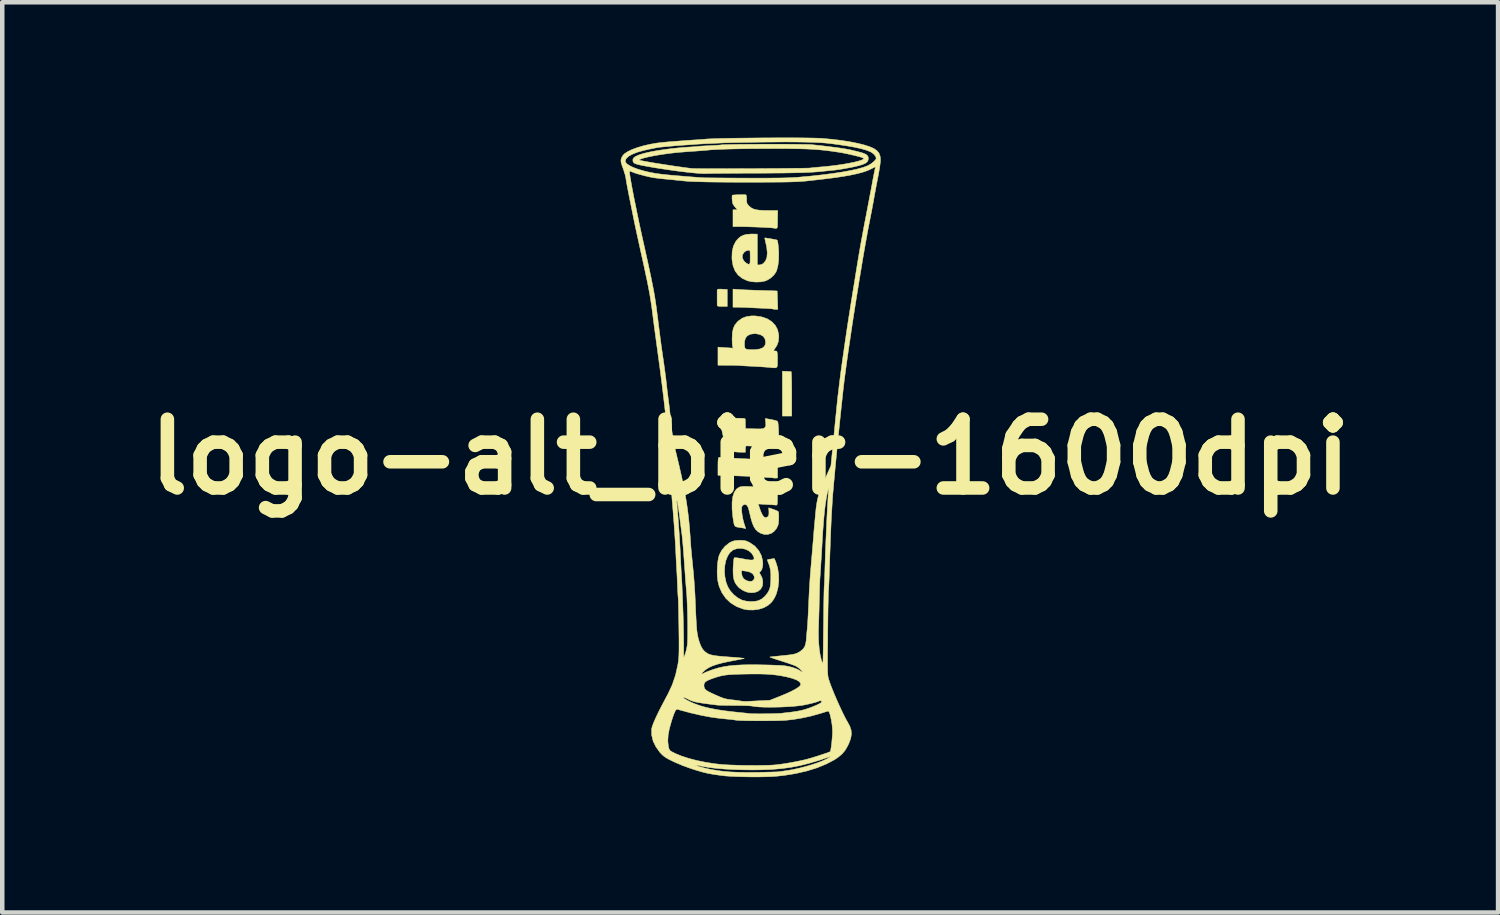
<source format=kicad_pcb>
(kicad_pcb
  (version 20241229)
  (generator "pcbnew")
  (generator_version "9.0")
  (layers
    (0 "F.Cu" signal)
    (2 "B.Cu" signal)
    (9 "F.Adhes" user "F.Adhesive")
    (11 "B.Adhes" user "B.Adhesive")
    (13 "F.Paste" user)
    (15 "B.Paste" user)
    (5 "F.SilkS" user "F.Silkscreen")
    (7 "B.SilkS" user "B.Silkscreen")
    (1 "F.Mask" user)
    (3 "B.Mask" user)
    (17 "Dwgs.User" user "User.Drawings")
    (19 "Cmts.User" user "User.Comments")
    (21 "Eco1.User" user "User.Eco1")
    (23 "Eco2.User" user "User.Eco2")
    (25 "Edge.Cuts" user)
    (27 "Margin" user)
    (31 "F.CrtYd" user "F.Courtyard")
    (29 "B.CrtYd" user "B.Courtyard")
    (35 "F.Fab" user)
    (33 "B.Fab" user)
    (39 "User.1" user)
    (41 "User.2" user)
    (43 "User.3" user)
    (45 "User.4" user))
  (footprint "logo-alt_bier-1600dpi"
    (layer "F.Cu")
    (at 13.578 7.077)
    (property "Reference" "logo-alt_bier-1600dpi" (at 0 0 0) (layer "F.SilkS") (effects (font (size 1.524 1.524) (thickness 0.3))))
    (attr through_hole)
    (fp_poly (pts (xy 0.806 -1.896) (xy 0.857 -1.893) (xy 0.895 -1.891) (xy 0.909 -1.89) (xy 0.912 -1.875) (xy 0.914 -1.831) (xy 0.917 -1.764) (xy 0.919 -1.676) (xy 0.92 -1.572) (xy 0.921 -1.455) (xy 0.921 -1.397) (xy 0.921 -0.905) (xy 0.714 -0.905) (xy 0.714 -1.9) (xy 0.806 -1.896)) (stroke (width 0.01) (type solid)) (fill yes) (layer "F.SilkS"))
    (fp_poly (pts (xy -0.619 -3.717) (xy -0.508 -3.712) (xy -0.508 -3.334) (xy -0.619 -3.334) (xy -0.684 -3.336) (xy -0.72 -3.343) (xy -0.731 -3.354) (xy -0.731 -3.385) (xy -0.732 -3.438) (xy -0.732 -3.502) (xy -0.732 -3.568) (xy -0.732 -3.629) (xy -0.732 -3.676) (xy -0.731 -3.699) (xy -0.725 -3.711) (xy -0.703 -3.718) (xy -0.66 -3.719) (xy -0.619 -3.717)) (stroke (width 0.01) (type solid)) (fill yes) (layer "F.SilkS"))
    (fp_poly (pts (xy -0.234 -3.709) (xy -0.172 -3.705) (xy -0.086 -3.701) (xy 0.016 -3.697) (xy 0.128 -3.693) (xy 0.24 -3.689) (xy 0.254 -3.689) (xy 0.354 -3.686) (xy 0.443 -3.683) (xy 0.516 -3.681) (xy 0.568 -3.679) (xy 0.595 -3.677) (xy 0.598 -3.677) (xy 0.599 -3.661) (xy 0.601 -3.62) (xy 0.603 -3.559) (xy 0.606 -3.484) (xy 0.606 -3.473) (xy 0.613 -3.27) (xy 0.563 -3.27) (xy 0.526 -3.272) (xy 0.506 -3.277) (xy 0.506 -3.278) (xy 0.488 -3.281) (xy 0.445 -3.285) (xy 0.381 -3.289) (xy 0.302 -3.293) (xy 0.261 -3.295) (xy 0.17 -3.299) (xy 0.083 -3.303) (xy 0.009 -3.306) (xy -0.044 -3.309) (xy -0.056 -3.31) (xy -0.113 -3.313) (xy -0.185 -3.315) (xy -0.258 -3.317) (xy -0.381 -3.318) (xy -0.381 -3.719) (xy -0.234 -3.709)) (stroke (width 0.01) (type solid)) (fill yes) (layer "F.SilkS"))
    (fp_poly (pts (xy -0.628 0.013) (xy -0.568 0.017) (xy -0.552 0.018) (xy -0.49 0.023) (xy -0.406 0.028) (xy -0.308 0.033) (xy -0.208 0.038) (xy -0.169 0.04) (xy -0.078 0.044) (xy 0.005 0.048) (xy 0.073 0.052) (xy 0.12 0.055) (xy 0.135 0.057) (xy 0.169 0.059) (xy 0.227 0.061) (xy 0.3 0.063) (xy 0.382 0.065) (xy 0.385 0.065) (xy 0.463 0.067) (xy 0.528 0.071) (xy 0.574 0.076) (xy 0.597 0.082) (xy 0.597 0.083) (xy 0.601 0.104) (xy 0.604 0.15) (xy 0.606 0.213) (xy 0.607 0.283) (xy 0.607 0.468) (xy 0.566 0.47) (xy 0.533 0.47) (xy 0.52 0.467) (xy 0.503 0.465) (xy 0.461 0.461) (xy 0.398 0.457) (xy 0.321 0.453) (xy 0.293 0.452) (xy 0.209 0.448) (xy 0.134 0.443) (xy 0.074 0.439) (xy 0.037 0.436) (xy 0.032 0.436) (xy 0.006 0.433) (xy -0.048 0.43) (xy -0.123 0.427) (xy -0.214 0.424) (xy -0.316 0.42) (xy -0.36 0.419) (xy -0.714 0.408) (xy -0.714 0.213) (xy -0.713 0.12) (xy -0.709 0.055) (xy -0.702 0.019) (xy -0.697 0.013) (xy -0.674 0.011) (xy -0.628 0.013)) (stroke (width 0.01) (type solid)) (fill yes) (layer "F.SilkS"))
    (fp_poly (pts (xy -0.113 -5.812) (xy -0.107 -5.811) (xy -0.092 -5.806) (xy -0.083 -5.786) (xy -0.08 -5.745) (xy -0.079 -5.713) (xy -0.078 -5.657) (xy -0.07 -5.62) (xy -0.051 -5.59) (xy -0.02 -5.557) (xy 0.021 -5.522) (xy 0.069 -5.497) (xy 0.128 -5.479) (xy 0.205 -5.468) (xy 0.304 -5.462) (xy 0.41 -5.461) (xy 0.611 -5.461) (xy 0.608 -5.298) (xy 0.607 -5.226) (xy 0.606 -5.162) (xy 0.605 -5.116) (xy 0.604 -5.1) (xy 0.595 -5.072) (xy 0.566 -5.064) (xy 0.535 -5.067) (xy 0.523 -5.071) (xy 0.505 -5.074) (xy 0.46 -5.078) (xy 0.395 -5.082) (xy 0.313 -5.086) (xy 0.221 -5.091) (xy 0.123 -5.095) (xy 0.025 -5.098) (xy -0.069 -5.101) (xy -0.152 -5.103) (xy -0.218 -5.104) (xy -0.381 -5.104) (xy -0.381 -5.29) (xy -0.381 -5.477) (xy -0.28 -5.477) (xy -0.321 -5.521) (xy -0.354 -5.561) (xy -0.379 -5.6) (xy -0.381 -5.602) (xy -0.391 -5.634) (xy -0.398 -5.682) (xy -0.402 -5.733) (xy -0.401 -5.776) (xy -0.396 -5.8) (xy -0.395 -5.801) (xy -0.378 -5.804) (xy -0.337 -5.807) (xy -0.282 -5.81) (xy -0.221 -5.811) (xy -0.161 -5.812) (xy -0.113 -5.812)) (stroke (width 0.01) (type solid)) (fill yes) (layer "F.SilkS"))
    (fp_poly (pts (xy -0.168 -0.855) (xy -0.126 -0.85) (xy -0.11 -0.84) (xy -0.109 -0.837) (xy -0.108 -0.812) (xy -0.107 -0.765) (xy -0.106 -0.722) (xy -0.103 -0.627) (xy 0.093 -0.622) (xy 0.177 -0.62) (xy 0.235 -0.621) (xy 0.274 -0.625) (xy 0.3 -0.632) (xy 0.318 -0.643) (xy 0.321 -0.646) (xy 0.339 -0.668) (xy 0.347 -0.696) (xy 0.346 -0.741) (xy 0.344 -0.763) (xy 0.335 -0.851) (xy 0.468 -0.828) (xy 0.546 -0.811) (xy 0.594 -0.795) (xy 0.612 -0.779) (xy 0.617 -0.753) (xy 0.622 -0.704) (xy 0.627 -0.639) (xy 0.63 -0.587) (xy 0.633 -0.51) (xy 0.632 -0.456) (xy 0.627 -0.417) (xy 0.617 -0.384) (xy 0.601 -0.349) (xy 0.574 -0.303) (xy 0.545 -0.27) (xy 0.508 -0.247) (xy 0.458 -0.234) (xy 0.391 -0.227) (xy 0.301 -0.227) (xy 0.214 -0.231) (xy 0.127 -0.234) (xy 0.049 -0.238) (xy -0.014 -0.241) (xy -0.055 -0.243) (xy -0.064 -0.244) (xy -0.088 -0.242) (xy -0.1 -0.229) (xy -0.104 -0.195) (xy -0.105 -0.175) (xy -0.106 -0.103) (xy -0.168 -0.103) (xy -0.227 -0.104) (xy -0.29 -0.107) (xy -0.298 -0.108) (xy -0.365 -0.113) (xy -0.365 -0.191) (xy -0.367 -0.24) (xy -0.375 -0.263) (xy -0.392 -0.27) (xy -0.393 -0.27) (xy -0.439 -0.274) (xy -0.489 -0.281) (xy -0.532 -0.29) (xy -0.556 -0.298) (xy -0.557 -0.299) (xy -0.563 -0.317) (xy -0.574 -0.358) (xy -0.588 -0.415) (xy -0.603 -0.478) (xy -0.617 -0.54) (xy -0.628 -0.593) (xy -0.634 -0.63) (xy -0.635 -0.639) (xy -0.62 -0.644) (xy -0.581 -0.645) (xy -0.525 -0.643) (xy -0.5 -0.642) (xy -0.365 -0.632) (xy -0.365 -0.857) (xy -0.238 -0.857) (xy -0.168 -0.855)) (stroke (width 0.01) (type solid)) (fill yes) (layer "F.SilkS"))
    (fp_poly (pts (xy 0.107 -4.939) (xy 0.159 -4.937) (xy 0.159 -4.255) (xy 0.204 -4.255) (xy 0.25 -4.264) (xy 0.29 -4.286) (xy 0.341 -4.345) (xy 0.371 -4.423) (xy 0.379 -4.523) (xy 0.367 -4.645) (xy 0.35 -4.723) (xy 0.337 -4.782) (xy 0.327 -4.827) (xy 0.324 -4.851) (xy 0.324 -4.853) (xy 0.34 -4.853) (xy 0.379 -4.847) (xy 0.431 -4.839) (xy 0.487 -4.829) (xy 0.54 -4.819) (xy 0.58 -4.811) (xy 0.597 -4.805) (xy 0.598 -4.805) (xy 0.607 -4.782) (xy 0.616 -4.733) (xy 0.624 -4.668) (xy 0.63 -4.591) (xy 0.634 -4.512) (xy 0.634 -4.502) (xy 0.631 -4.365) (xy 0.616 -4.243) (xy 0.591 -4.143) (xy 0.571 -4.094) (xy 0.521 -4.025) (xy 0.451 -3.962) (xy 0.371 -3.914) (xy 0.327 -3.897) (xy 0.234 -3.879) (xy 0.129 -3.875) (xy 0.025 -3.884) (xy -0.059 -3.903) (xy -0.175 -3.956) (xy -0.266 -4.029) (xy -0.334 -4.121) (xy -0.379 -4.234) (xy -0.402 -4.369) (xy -0.404 -4.406) (xy -0.404 -4.42) (xy -0.175 -4.42) (xy -0.15 -4.36) (xy -0.121 -4.324) (xy -0.082 -4.292) (xy -0.046 -4.273) (xy -0.033 -4.27) (xy -0.018 -4.272) (xy -0.009 -4.282) (xy -0.003 -4.304) (xy -0.001 -4.346) (xy -0.000012 -4.412) (xy 0 -4.431) (xy -0.001 -4.504) (xy -0.003 -4.55) (xy -0.008 -4.575) (xy -0.016 -4.583) (xy -0.025 -4.582) (xy -0.061 -4.573) (xy -0.073 -4.572) (xy -0.1 -4.561) (xy -0.133 -4.536) (xy -0.136 -4.533) (xy -0.17 -4.479) (xy -0.175 -4.42) (xy -0.404 -4.42) (xy -0.399 -4.551) (xy -0.371 -4.674) (xy -0.318 -4.777) (xy -0.267 -4.837) (xy -0.21 -4.884) (xy -0.146 -4.915) (xy -0.071 -4.933) (xy 0.024 -4.94) (xy 0.107 -4.939)) (stroke (width 0.01) (type solid)) (fill yes) (layer "F.SilkS"))
    (fp_poly (pts (xy 0.118 -3.124) (xy 0.257 -3.103) (xy 0.378 -3.061) (xy 0.477 -2.999) (xy 0.554 -2.919) (xy 0.607 -2.822) (xy 0.632 -2.71) (xy 0.635 -2.659) (xy 0.625 -2.557) (xy 0.594 -2.472) (xy 0.553 -2.409) (xy 0.527 -2.371) (xy 0.524 -2.351) (xy 0.546 -2.346) (xy 0.566 -2.348) (xy 0.584 -2.345) (xy 0.595 -2.328) (xy 0.602 -2.293) (xy 0.606 -2.234) (xy 0.606 -2.149) (xy 0.606 -2.145) (xy 0.606 -2.071) (xy 0.603 -2.02) (xy 0.593 -1.99) (xy 0.569 -1.976) (xy 0.528 -1.973) (xy 0.463 -1.979) (xy 0.405 -1.985) (xy 0.342 -1.99) (xy 0.257 -1.996) (xy 0.16 -2.002) (xy 0.061 -2.007) (xy 0.032 -2.009) (xy -0.055 -2.013) (xy -0.131 -2.017) (xy -0.192 -2.021) (xy -0.229 -2.024) (xy -0.238 -2.025) (xy -0.262 -2.027) (xy -0.311 -2.028) (xy -0.379 -2.03) (xy -0.46 -2.031) (xy -0.488 -2.031) (xy -0.714 -2.032) (xy -0.714 -2.433) (xy -0.546 -2.421) (xy -0.378 -2.41) (xy -0.389 -2.445) (xy -0.394 -2.476) (xy -0.397 -2.521) (xy -0.127 -2.521) (xy -0.125 -2.455) (xy -0.116 -2.414) (xy -0.095 -2.391) (xy -0.056 -2.381) (xy -0.01 -2.378) (xy 0.114 -2.378) (xy 0.21 -2.391) (xy 0.278 -2.418) (xy 0.3 -2.436) (xy 0.329 -2.475) (xy 0.341 -2.524) (xy 0.341 -2.547) (xy 0.328 -2.618) (xy 0.288 -2.673) (xy 0.223 -2.71) (xy 0.137 -2.729) (xy 0.095 -2.731) (xy 0.006 -2.719) (xy -0.061 -2.686) (xy -0.105 -2.631) (xy -0.125 -2.554) (xy -0.127 -2.521) (xy -0.397 -2.521) (xy -0.398 -2.53) (xy -0.4 -2.597) (xy -0.4 -2.634) (xy -0.394 -2.752) (xy -0.374 -2.847) (xy -0.338 -2.926) (xy -0.282 -2.994) (xy -0.257 -3.017) (xy -0.174 -3.075) (xy -0.08 -3.11) (xy 0.032 -3.125) (xy 0.118 -3.124)) (stroke (width 0.01) (type solid)) (fill yes) (layer "F.SilkS"))
    (fp_poly (pts (xy -0.046 0.656) (xy 0.015 0.659) (xy 0.091 0.664) (xy 0.156 0.669) (xy 0.202 0.673) (xy 0.223 0.676) (xy 0.224 0.676) (xy 0.242 0.678) (xy 0.286 0.681) (xy 0.348 0.683) (xy 0.418 0.685) (xy 0.499 0.687) (xy 0.553 0.691) (xy 0.585 0.696) (xy 0.601 0.704) (xy 0.604 0.714) (xy 0.605 0.739) (xy 0.605 0.788) (xy 0.605 0.854) (xy 0.605 0.905) (xy 0.604 0.98) (xy 0.602 1.028) (xy 0.597 1.055) (xy 0.589 1.067) (xy 0.577 1.069) (xy 0.577 1.069) (xy 0.55 1.067) (xy 0.5 1.063) (xy 0.432 1.059) (xy 0.364 1.055) (xy 0.179 1.044) (xy 0.217 1.161) (xy 0.241 1.223) (xy 0.267 1.278) (xy 0.292 1.315) (xy 0.293 1.317) (xy 0.323 1.342) (xy 0.349 1.345) (xy 0.372 1.337) (xy 0.397 1.321) (xy 0.41 1.298) (xy 0.416 1.259) (xy 0.415 1.197) (xy 0.414 1.187) (xy 0.411 1.129) (xy 0.511 1.162) (xy 0.564 1.182) (xy 0.604 1.2) (xy 0.623 1.213) (xy 0.63 1.24) (xy 0.634 1.29) (xy 0.634 1.352) (xy 0.631 1.417) (xy 0.626 1.475) (xy 0.618 1.512) (xy 0.586 1.584) (xy 0.533 1.648) (xy 0.476 1.691) (xy 0.39 1.72) (xy 0.304 1.717) (xy 0.226 1.69) (xy 0.17 1.655) (xy 0.123 1.611) (xy 0.085 1.553) (xy 0.051 1.476) (xy 0.02 1.376) (xy -0.007 1.262) (xy -0.022 1.2) (xy -0.038 1.144) (xy -0.05 1.108) (xy -0.078 1.067) (xy -0.116 1.053) (xy -0.156 1.069) (xy -0.162 1.074) (xy -0.178 1.093) (xy -0.187 1.116) (xy -0.189 1.154) (xy -0.187 1.213) (xy -0.186 1.222) (xy -0.176 1.3) (xy -0.159 1.387) (xy -0.138 1.466) (xy -0.098 1.59) (xy -0.132 1.582) (xy -0.168 1.575) (xy -0.22 1.567) (xy -0.251 1.562) (xy -0.292 1.556) (xy -0.321 1.546) (xy -0.341 1.527) (xy -0.356 1.493) (xy -0.367 1.441) (xy -0.379 1.364) (xy -0.385 1.322) (xy -0.401 1.151) (xy -0.401 1.004) (xy -0.385 0.882) (xy -0.353 0.786) (xy -0.306 0.715) (xy -0.243 0.672) (xy -0.211 0.662) (xy -0.172 0.656) (xy -0.119 0.654) (xy -0.046 0.656)) (stroke (width 0.01) (type solid)) (fill yes) (layer "F.SilkS"))
    (fp_poly (pts (xy -0.162 1.851) (xy -0.113 1.857) (xy -0.069 1.871) (xy -0.017 1.896) (xy -0.003 1.904) (xy 0.105 1.979) (xy 0.189 2.075) (xy 0.248 2.188) (xy 0.278 2.31) (xy 0.281 2.382) (xy 0.272 2.45) (xy 0.253 2.506) (xy 0.226 2.541) (xy 0.224 2.543) (xy 0.207 2.556) (xy 0.206 2.572) (xy 0.222 2.6) (xy 0.232 2.615) (xy 0.267 2.69) (xy 0.281 2.774) (xy 0.273 2.854) (xy 0.27 2.864) (xy 0.233 2.931) (xy 0.176 2.978) (xy 0.104 3.005) (xy 0.022 3.012) (xy -0.065 2.999) (xy -0.151 2.965) (xy -0.233 2.911) (xy -0.256 2.89) (xy -0.306 2.833) (xy -0.342 2.772) (xy -0.365 2.7) (xy -0.377 2.611) (xy -0.378 2.57) (xy -0.191 2.57) (xy -0.183 2.622) (xy -0.166 2.669) (xy -0.13 2.712) (xy -0.079 2.743) (xy -0.022 2.759) (xy 0.032 2.758) (xy 0.07 2.737) (xy 0.093 2.695) (xy 0.09 2.646) (xy 0.063 2.6) (xy 0.018 2.565) (xy -0.025 2.549) (xy -0.082 2.535) (xy -0.109 2.531) (xy -0.191 2.52) (xy -0.191 2.57) (xy -0.378 2.57) (xy -0.379 2.5) (xy -0.377 2.439) (xy -0.372 2.365) (xy -0.366 2.301) (xy -0.36 2.257) (xy -0.354 2.237) (xy -0.334 2.234) (xy -0.289 2.238) (xy -0.227 2.247) (xy -0.182 2.255) (xy -0.079 2.275) (xy -0.004 2.285) (xy 0.047 2.286) (xy 0.076 2.276) (xy 0.087 2.255) (xy 0.082 2.223) (xy 0.077 2.208) (xy 0.034 2.137) (xy -0.03 2.082) (xy -0.11 2.045) (xy -0.198 2.028) (xy -0.288 2.032) (xy -0.373 2.061) (xy -0.381 2.065) (xy -0.447 2.119) (xy -0.499 2.198) (xy -0.538 2.295) (xy -0.561 2.406) (xy -0.569 2.526) (xy -0.561 2.65) (xy -0.536 2.772) (xy -0.498 2.875) (xy -0.443 2.966) (xy -0.366 3.052) (xy -0.277 3.124) (xy -0.184 3.173) (xy -0.183 3.174) (xy -0.091 3.197) (xy 0.013 3.207) (xy 0.114 3.201) (xy 0.177 3.188) (xy 0.253 3.152) (xy 0.326 3.091) (xy 0.387 3.015) (xy 0.408 2.979) (xy 0.428 2.935) (xy 0.441 2.891) (xy 0.45 2.838) (xy 0.455 2.767) (xy 0.457 2.727) (xy 0.458 2.607) (xy 0.45 2.508) (xy 0.43 2.421) (xy 0.402 2.345) (xy 0.387 2.307) (xy 0.382 2.283) (xy 0.382 2.28) (xy 0.401 2.274) (xy 0.439 2.267) (xy 0.462 2.264) (xy 0.535 2.253) (xy 0.568 2.329) (xy 0.609 2.46) (xy 0.631 2.604) (xy 0.634 2.753) (xy 0.617 2.898) (xy 0.582 3.031) (xy 0.548 3.108) (xy 0.508 3.177) (xy 0.467 3.228) (xy 0.414 3.276) (xy 0.393 3.292) (xy 0.303 3.343) (xy 0.194 3.377) (xy 0.073 3.394) (xy -0.05 3.392) (xy -0.154 3.373) (xy -0.302 3.317) (xy -0.432 3.237) (xy -0.54 3.135) (xy -0.626 3.011) (xy -0.688 2.87) (xy -0.718 2.745) (xy -0.729 2.646) (xy -0.732 2.534) (xy -0.727 2.42) (xy -0.716 2.312) (xy -0.698 2.219) (xy -0.684 2.173) (xy -0.631 2.071) (xy -0.556 1.981) (xy -0.468 1.91) (xy -0.439 1.893) (xy -0.388 1.87) (xy -0.339 1.857) (xy -0.279 1.851) (xy -0.23 1.85) (xy -0.162 1.851)) (stroke (width 0.01) (type solid)) (fill yes) (layer "F.SilkS"))
    (fp_poly (pts (xy 0.656 -6.93) (xy 0.805 -6.93) (xy 0.944 -6.929) (xy 1.07 -6.928) (xy 1.18 -6.926) (xy 1.269 -6.925) (xy 1.335 -6.923) (xy 1.373 -6.92) (xy 1.594 -6.896) (xy 1.784 -6.873) (xy 1.946 -6.852) (xy 2.079 -6.832) (xy 2.186 -6.813) (xy 2.238 -6.802) (xy 2.359 -6.773) (xy 2.451 -6.749) (xy 2.519 -6.727) (xy 2.567 -6.705) (xy 2.597 -6.681) (xy 2.613 -6.655) (xy 2.619 -6.623) (xy 2.619 -6.612) (xy 2.613 -6.572) (xy 2.593 -6.539) (xy 2.555 -6.509) (xy 2.497 -6.483) (xy 2.415 -6.457) (xy 2.307 -6.431) (xy 2.228 -6.415) (xy 2.136 -6.398) (xy 2.047 -6.382) (xy 1.968 -6.369) (xy 1.91 -6.361) (xy 1.897 -6.359) (xy 1.836 -6.353) (xy 1.758 -6.345) (xy 1.676 -6.337) (xy 1.651 -6.334) (xy 1.566 -6.325) (xy 1.479 -6.318) (xy 1.386 -6.311) (xy 1.285 -6.306) (xy 1.172 -6.301) (xy 1.045 -6.298) (xy 0.902 -6.295) (xy 0.738 -6.292) (xy 0.551 -6.291) (xy 0.339 -6.289) (xy 0.099 -6.288) (xy 0.057 -6.288) (xy -0.119 -6.288) (xy -0.286 -6.287) (xy -0.442 -6.286) (xy -0.583 -6.285) (xy -0.707 -6.284) (xy -0.81 -6.283) (xy -0.891 -6.282) (xy -0.946 -6.281) (xy -0.973 -6.28) (xy -0.975 -6.28) (xy -1.004 -6.279) (xy -1.056 -6.28) (xy -1.124 -6.284) (xy -1.183 -6.288) (xy -1.284 -6.297) (xy -1.403 -6.31) (xy -1.536 -6.326) (xy -1.678 -6.345) (xy -1.823 -6.365) (xy -1.967 -6.387) (xy -2.105 -6.408) (xy -2.232 -6.43) (xy -2.343 -6.45) (xy -2.433 -6.468) (xy -2.497 -6.483) (xy -2.504 -6.485) (xy -2.556 -6.503) (xy -2.584 -6.523) (xy -2.597 -6.55) (xy -2.598 -6.551) (xy -2.599 -6.581) (xy -2.455 -6.581) (xy -2.435 -6.572) (xy -2.407 -6.565) (xy -2.351 -6.554) (xy -2.273 -6.54) (xy -2.177 -6.523) (xy -2.068 -6.505) (xy -1.95 -6.487) (xy -1.828 -6.468) (xy -1.706 -6.449) (xy -1.588 -6.432) (xy -1.48 -6.417) (xy -1.386 -6.404) (xy -1.31 -6.395) (xy -1.278 -6.392) (xy -1.249 -6.391) (xy -1.192 -6.39) (xy -1.11 -6.389) (xy -1.006 -6.389) (xy -0.882 -6.388) (xy -0.741 -6.388) (xy -0.587 -6.388) (xy -0.423 -6.389) (xy -0.251 -6.389) (xy -0.075 -6.39) (xy 0.103 -6.39) (xy 0.28 -6.391) (xy 0.452 -6.392) (xy 0.617 -6.393) (xy 0.772 -6.394) (xy 0.914 -6.396) (xy 1.04 -6.397) (xy 1.146 -6.398) (xy 1.231 -6.4) (xy 1.29 -6.401) (xy 1.322 -6.402) (xy 1.326 -6.403) (xy 1.364 -6.408) (xy 1.423 -6.414) (xy 1.49 -6.42) (xy 1.5 -6.421) (xy 1.651 -6.434) (xy 1.799 -6.45) (xy 1.941 -6.468) (xy 2.075 -6.488) (xy 2.196 -6.51) (xy 2.302 -6.531) (xy 2.39 -6.553) (xy 2.458 -6.574) (xy 2.501 -6.594) (xy 2.518 -6.611) (xy 2.514 -6.621) (xy 2.491 -6.631) (xy 2.444 -6.647) (xy 2.376 -6.665) (xy 2.296 -6.685) (xy 2.208 -6.705) (xy 2.119 -6.724) (xy 2.035 -6.741) (xy 1.961 -6.753) (xy 1.96 -6.753) (xy 1.833 -6.772) (xy 1.716 -6.787) (xy 1.604 -6.8) (xy 1.495 -6.81) (xy 1.382 -6.818) (xy 1.261 -6.824) (xy 1.129 -6.828) (xy 0.98 -6.831) (xy 0.81 -6.833) (xy 0.615 -6.834) (xy 0.524 -6.834) (xy 0.297 -6.833) (xy 0.08 -6.832) (xy -0.124 -6.83) (xy -0.312 -6.827) (xy -0.482 -6.823) (xy -0.631 -6.818) (xy -0.757 -6.813) (xy -0.855 -6.807) (xy -0.913 -6.802) (xy -0.96 -6.797) (xy -1.019 -6.792) (xy -1.094 -6.786) (xy -1.19 -6.779) (xy -1.311 -6.771) (xy -1.429 -6.762) (xy -1.58 -6.75) (xy -1.734 -6.734) (xy -1.887 -6.714) (xy -2.032 -6.692) (xy -2.165 -6.668) (xy -2.281 -6.644) (xy -2.374 -6.62) (xy -2.421 -6.603) (xy -2.452 -6.59) (xy -2.455 -6.581) (xy -2.599 -6.581) (xy -2.6 -6.592) (xy -2.583 -6.627) (xy -2.543 -6.658) (xy -2.479 -6.688) (xy -2.388 -6.718) (xy -2.31 -6.739) (xy -2.193 -6.765) (xy -2.052 -6.79) (xy -1.894 -6.814) (xy -1.727 -6.835) (xy -1.558 -6.852) (xy -1.395 -6.865) (xy -1.357 -6.867) (xy -1.283 -6.872) (xy -1.221 -6.876) (xy -1.177 -6.88) (xy -1.159 -6.882) (xy -1.159 -6.882) (xy -1.141 -6.885) (xy -1.097 -6.888) (xy -1.033 -6.892) (xy -0.954 -6.896) (xy -0.913 -6.898) (xy -0.826 -6.902) (xy -0.747 -6.907) (xy -0.685 -6.911) (xy -0.644 -6.915) (xy -0.635 -6.917) (xy -0.607 -6.919) (xy -0.551 -6.921) (xy -0.47 -6.923) (xy -0.368 -6.925) (xy -0.248 -6.927) (xy -0.113 -6.928) (xy 0.033 -6.929) (xy 0.186 -6.93) (xy 0.343 -6.93) (xy 0.501 -6.93) (xy 0.656 -6.93)) (stroke (width 0.01) (type solid)) (fill yes) (layer "F.SilkS"))
    (fp_poly (pts (xy 0.968 -7.072) (xy 1.128 -7.071) (xy 1.273 -7.069) (xy 1.398 -7.067) (xy 1.501 -7.064) (xy 1.578 -7.061) (xy 1.587 -7.06) (xy 1.8 -7.041) (xy 2.012 -7.016) (xy 2.214 -6.984) (xy 2.398 -6.947) (xy 2.525 -6.915) (xy 2.648 -6.876) (xy 2.743 -6.834) (xy 2.811 -6.787) (xy 2.856 -6.731) (xy 2.881 -6.664) (xy 2.889 -6.583) (xy 2.889 -6.582) (xy 2.886 -6.539) (xy 2.878 -6.472) (xy 2.865 -6.386) (xy 2.848 -6.289) (xy 2.829 -6.186) (xy 2.826 -6.172) (xy 2.805 -6.063) (xy 2.784 -5.953) (xy 2.765 -5.851) (xy 2.749 -5.763) (xy 2.738 -5.699) (xy 2.738 -5.699) (xy 2.727 -5.638) (xy 2.711 -5.553) (xy 2.692 -5.45) (xy 2.67 -5.339) (xy 2.648 -5.225) (xy 2.641 -5.191) (xy 2.611 -5.037) (xy 2.578 -4.855) (xy 2.541 -4.65) (xy 2.502 -4.424) (xy 2.462 -4.183) (xy 2.42 -3.93) (xy 2.378 -3.668) (xy 2.335 -3.402) (xy 2.293 -3.135) (xy 2.253 -2.872) (xy 2.215 -2.616) (xy 2.179 -2.372) (xy 2.146 -2.142) (xy 2.117 -1.931) (xy 2.092 -1.743) (xy 2.088 -1.714) (xy 2.077 -1.621) (xy 2.063 -1.501) (xy 2.047 -1.357) (xy 2.03 -1.195) (xy 2.011 -1.017) (xy 1.991 -0.829) (xy 1.971 -0.634) (xy 1.951 -0.436) (xy 1.932 -0.241) (xy 1.913 -0.051) (xy 1.896 0.128) (xy 1.88 0.293) (xy 1.874 0.365) (xy 1.864 0.474) (xy 1.854 0.576) (xy 1.846 0.667) (xy 1.84 0.74) (xy 1.835 0.79) (xy 1.834 0.802) (xy 1.83 0.854) (xy 1.825 0.926) (xy 1.82 1.004) (xy 1.818 1.032) (xy 1.813 1.116) (xy 1.808 1.206) (xy 1.803 1.285) (xy 1.802 1.302) (xy 1.799 1.362) (xy 1.795 1.445) (xy 1.791 1.539) (xy 1.787 1.636) (xy 1.786 1.659) (xy 1.782 1.764) (xy 1.778 1.878) (xy 1.774 1.988) (xy 1.77 2.081) (xy 1.77 2.088) (xy 1.767 2.167) (xy 1.764 2.268) (xy 1.76 2.383) (xy 1.756 2.501) (xy 1.753 2.596) (xy 1.75 2.697) (xy 1.746 2.79) (xy 1.742 2.87) (xy 1.739 2.931) (xy 1.736 2.967) (xy 1.736 2.969) (xy 1.734 2.995) (xy 1.733 3.049) (xy 1.731 3.129) (xy 1.729 3.232) (xy 1.726 3.355) (xy 1.724 3.493) (xy 1.722 3.646) (xy 1.721 3.809) (xy 1.719 3.929) (xy 1.718 4.122) (xy 1.716 4.285) (xy 1.715 4.423) (xy 1.715 4.536) (xy 1.715 4.629) (xy 1.716 4.704) (xy 1.717 4.763) (xy 1.72 4.81) (xy 1.723 4.846) (xy 1.727 4.875) (xy 1.732 4.9) (xy 1.738 4.922) (xy 1.743 4.937) (xy 1.773 5.027) (xy 1.815 5.136) (xy 1.864 5.257) (xy 1.919 5.385) (xy 1.976 5.512) (xy 2.032 5.633) (xy 2.085 5.741) (xy 2.131 5.829) (xy 2.155 5.87) (xy 2.208 5.968) (xy 2.238 6.059) (xy 2.244 6.149) (xy 2.228 6.243) (xy 2.189 6.35) (xy 2.158 6.413) (xy 2.103 6.507) (xy 2.036 6.586) (xy 1.95 6.658) (xy 1.87 6.712) (xy 1.69 6.807) (xy 1.485 6.891) (xy 1.258 6.962) (xy 1.011 7.019) (xy 0.751 7.061) (xy 0.572 7.08) (xy 0.463 7.087) (xy 0.33 7.091) (xy 0.18 7.094) (xy 0.022 7.094) (xy -0.136 7.091) (xy -0.289 7.087) (xy -0.427 7.081) (xy -0.542 7.073) (xy -0.564 7.071) (xy -0.662 7.059) (xy -0.768 7.044) (xy -0.869 7.028) (xy -0.935 7.016) (xy -1.063 6.985) (xy -1.209 6.942) (xy -1.363 6.891) (xy -1.515 6.834) (xy -1.521 6.831) (xy -1.217 6.831) (xy -1.207 6.839) (xy -1.172 6.851) (xy -1.118 6.868) (xy -1.052 6.886) (xy -0.981 6.904) (xy -0.909 6.92) (xy -0.865 6.929) (xy -0.731 6.952) (xy -0.594 6.97) (xy -0.448 6.983) (xy -0.289 6.99) (xy -0.11 6.994) (xy 0.093 6.993) (xy 0.143 6.993) (xy 0.262 6.991) (xy 0.373 6.988) (xy 0.471 6.986) (xy 0.551 6.983) (xy 0.609 6.981) (xy 0.641 6.978) (xy 0.643 6.978) (xy 0.682 6.972) (xy 0.74 6.964) (xy 0.807 6.954) (xy 0.818 6.953) (xy 0.945 6.931) (xy 1.082 6.901) (xy 1.223 6.865) (xy 1.361 6.825) (xy 1.49 6.782) (xy 1.604 6.738) (xy 1.697 6.696) (xy 1.747 6.668) (xy 1.773 6.649) (xy 1.777 6.642) (xy 1.77 6.644) (xy 1.531 6.725) (xy 1.31 6.791) (xy 1.1 6.844) (xy 0.894 6.883) (xy 0.683 6.911) (xy 0.461 6.929) (xy 0.221 6.937) (xy 0.04 6.939) (xy -0.18 6.936) (xy -0.389 6.929) (xy -0.585 6.918) (xy -0.762 6.903) (xy -0.917 6.884) (xy -1.045 6.862) (xy -1.066 6.858) (xy -1.129 6.844) (xy -1.18 6.835) (xy -1.211 6.831) (xy -1.217 6.831) (xy -1.521 6.831) (xy -1.655 6.775) (xy -1.738 6.736) (xy -1.819 6.695) (xy -1.878 6.66) (xy -1.925 6.626) (xy -1.966 6.587) (xy -1.999 6.552) (xy -2.088 6.429) (xy -2.15 6.301) (xy -2.151 6.298) (xy -1.825 6.298) (xy -1.814 6.411) (xy -1.807 6.44) (xy -1.797 6.475) (xy -1.784 6.5) (xy -1.761 6.521) (xy -1.723 6.543) (xy -1.661 6.573) (xy -1.661 6.574) (xy -1.525 6.63) (xy -1.365 6.682) (xy -1.187 6.729) (xy -0.998 6.768) (xy -0.804 6.799) (xy -0.649 6.817) (xy -0.552 6.824) (xy -0.432 6.83) (xy -0.298 6.834) (xy -0.154 6.838) (xy -0.006 6.839) (xy 0.139 6.84) (xy 0.275 6.838) (xy 0.397 6.836) (xy 0.499 6.831) (xy 0.568 6.826) (xy 0.718 6.807) (xy 0.884 6.78) (xy 1.053 6.748) (xy 1.21 6.714) (xy 1.239 6.707) (xy 1.294 6.692) (xy 1.365 6.671) (xy 1.444 6.647) (xy 1.527 6.62) (xy 1.606 6.594) (xy 1.677 6.571) (xy 1.732 6.551) (xy 1.767 6.537) (xy 1.776 6.532) (xy 1.783 6.511) (xy 1.791 6.466) (xy 1.8 6.402) (xy 1.809 6.328) (xy 1.816 6.25) (xy 1.822 6.175) (xy 1.825 6.11) (xy 1.825 6.088) (xy 1.822 6.012) (xy 1.814 5.93) (xy 1.801 5.848) (xy 1.786 5.772) (xy 1.77 5.708) (xy 1.753 5.66) (xy 1.736 5.636) (xy 1.729 5.634) (xy 1.706 5.641) (xy 1.659 5.655) (xy 1.596 5.675) (xy 1.533 5.694) (xy 1.35 5.745) (xy 1.151 5.788) (xy 0.953 5.821) (xy 0.778 5.84) (xy 0.717 5.843) (xy 0.633 5.846) (xy 0.533 5.848) (xy 0.42 5.849) (xy 0.301 5.85) (xy 0.179 5.85) (xy 0.06 5.849) (xy -0.05 5.848) (xy -0.148 5.846) (xy -0.228 5.843) (xy -0.285 5.84) (xy -0.31 5.837) (xy -0.355 5.83) (xy -0.413 5.822) (xy -0.437 5.82) (xy -0.486 5.815) (xy -0.557 5.808) (xy -0.637 5.799) (xy -0.691 5.794) (xy -0.878 5.768) (xy -1.09 5.728) (xy -1.321 5.675) (xy -1.568 5.608) (xy -1.62 5.593) (xy -1.638 5.6) (xy -1.66 5.631) (xy -1.686 5.689) (xy -1.717 5.774) (xy -1.744 5.858) (xy -1.791 6.025) (xy -1.818 6.17) (xy -1.825 6.298) (xy -2.151 6.298) (xy -2.183 6.17) (xy -2.185 6.04) (xy -2.184 6.027) (xy -2.17 5.973) (xy -2.141 5.894) (xy -2.096 5.791) (xy -2.036 5.665) (xy -1.962 5.519) (xy -1.875 5.354) (xy -1.86 5.326) (xy -1.492 5.326) (xy -1.479 5.343) (xy -1.442 5.369) (xy -1.388 5.399) (xy -1.323 5.432) (xy -1.253 5.463) (xy -1.206 5.481) (xy -1.101 5.518) (xy -0.988 5.55) (xy -0.863 5.578) (xy -0.724 5.604) (xy -0.564 5.628) (xy -0.381 5.65) (xy -0.214 5.668) (xy -0.14 5.675) (xy -0.075 5.682) (xy -0.028 5.688) (xy -0.008 5.69) (xy 0.029 5.693) (xy 0.092 5.694) (xy 0.173 5.695) (xy 0.266 5.695) (xy 0.365 5.694) (xy 0.463 5.692) (xy 0.553 5.69) (xy 0.628 5.687) (xy 0.683 5.684) (xy 0.699 5.682) (xy 0.773 5.673) (xy 0.853 5.664) (xy 0.897 5.659) (xy 0.964 5.65) (xy 1.043 5.638) (xy 1.11 5.625) (xy 1.181 5.608) (xy 1.26 5.584) (xy 1.341 5.556) (xy 1.419 5.525) (xy 1.489 5.494) (xy 1.544 5.467) (xy 1.578 5.443) (xy 1.587 5.43) (xy 1.575 5.408) (xy 1.546 5.405) (xy 1.527 5.412) (xy 1.489 5.427) (xy 1.429 5.445) (xy 1.354 5.465) (xy 1.272 5.484) (xy 1.192 5.5) (xy 1.151 5.508) (xy 1.054 5.52) (xy 0.94 5.531) (xy 0.812 5.539) (xy 0.678 5.545) (xy 0.542 5.548) (xy 0.412 5.549) (xy 0.291 5.547) (xy 0.187 5.542) (xy 0.104 5.534) (xy 0.062 5.527) (xy 0.023 5.521) (xy -0.04 5.517) (xy -0.124 5.513) (xy -0.221 5.511) (xy -0.324 5.51) (xy -0.343 5.51) (xy -0.447 5.509) (xy -0.544 5.508) (xy -0.628 5.507) (xy -0.693 5.504) (xy -0.734 5.502) (xy -0.738 5.501) (xy -0.874 5.484) (xy -0.982 5.47) (xy -1.066 5.458) (xy -1.131 5.448) (xy -1.181 5.439) (xy -1.219 5.431) (xy -1.25 5.422) (xy -1.262 5.419) (xy -1.31 5.402) (xy -1.346 5.387) (xy -1.357 5.381) (xy -1.381 5.368) (xy -1.416 5.351) (xy -1.454 5.336) (xy -1.483 5.327) (xy -1.492 5.326) (xy -1.86 5.326) (xy -1.826 5.263) (xy -1.733 5.065) (xy -1.025 5.065) (xy -1.021 5.1) (xy -1.012 5.128) (xy -0.997 5.152) (xy -0.969 5.176) (xy -0.925 5.203) (xy -0.86 5.235) (xy -0.771 5.276) (xy -0.76 5.281) (xy -0.673 5.319) (xy -0.606 5.345) (xy -0.548 5.362) (xy -0.491 5.374) (xy -0.425 5.382) (xy -0.413 5.384) (xy -0.34 5.392) (xy -0.272 5.401) (xy -0.221 5.409) (xy -0.206 5.412) (xy -0.156 5.419) (xy -0.094 5.421) (xy -0.071 5.42) (xy -0.025 5.418) (xy 0.044 5.414) (xy 0.127 5.41) (xy 0.214 5.405) (xy 0.222 5.405) (xy 0.437 5.395) (xy 0.681 5.298) (xy 0.808 5.245) (xy 0.917 5.194) (xy 1.006 5.147) (xy 1.071 5.105) (xy 1.109 5.07) (xy 1.117 5.057) (xy 1.117 5.017) (xy 1.085 4.978) (xy 1.023 4.942) (xy 0.93 4.908) (xy 0.808 4.876) (xy 0.796 4.874) (xy 0.686 4.852) (xy 0.577 4.836) (xy 0.466 4.824) (xy 0.345 4.816) (xy 0.208 4.812) (xy 0.051 4.812) (xy -0.097 4.814) (xy -0.24 4.817) (xy -0.357 4.821) (xy -0.454 4.827) (xy -0.535 4.835) (xy -0.606 4.846) (xy -0.673 4.861) (xy -0.742 4.881) (xy -0.817 4.906) (xy -0.864 4.923) (xy -0.942 4.955) (xy -0.992 4.986) (xy -1.018 5.021) (xy -1.025 5.065) (xy -1.733 5.065) (xy -1.728 5.055) (xy -1.653 4.832) (xy -1.601 4.596) (xy -1.594 4.548) (xy -1.588 4.502) (xy -1.583 4.453) (xy -1.58 4.398) (xy -1.578 4.332) (xy -1.577 4.252) (xy -1.577 4.154) (xy -1.577 4.034) (xy -1.579 3.889) (xy -1.58 3.802) (xy -1.582 3.663) (xy -1.585 3.532) (xy -1.587 3.414) (xy -1.589 3.312) (xy -1.591 3.229) (xy -1.593 3.17) (xy -1.595 3.138) (xy -1.595 3.135) (xy -1.598 3.102) (xy -1.602 3.045) (xy -1.606 2.97) (xy -1.61 2.886) (xy -1.611 2.857) (xy -1.615 2.765) (xy -1.619 2.673) (xy -1.623 2.593) (xy -1.627 2.533) (xy -1.627 2.524) (xy -1.631 2.465) (xy -1.635 2.386) (xy -1.64 2.298) (xy -1.643 2.23) (xy -1.649 2.11) (xy -1.654 1.996) (xy -1.661 1.884) (xy -1.668 1.771) (xy -1.676 1.651) (xy -1.685 1.52) (xy -1.696 1.375) (xy -1.709 1.21) (xy -1.724 1.021) (xy -1.729 0.969) (xy -1.631 0.969) (xy -1.628 1) (xy -1.623 1.045) (xy -1.617 1.108) (xy -1.612 1.167) (xy -1.594 1.41) (xy -1.578 1.623) (xy -1.566 1.807) (xy -1.557 1.962) (xy -1.55 2.091) (xy -1.549 2.119) (xy -1.543 2.241) (xy -1.538 2.357) (xy -1.532 2.475) (xy -1.524 2.607) (xy -1.516 2.746) (xy -1.514 2.788) (xy -1.511 2.835) (xy -1.509 2.893) (xy -1.506 2.963) (xy -1.502 3.05) (xy -1.498 3.157) (xy -1.494 3.287) (xy -1.488 3.443) (xy -1.484 3.564) (xy -1.481 3.66) (xy -1.479 3.777) (xy -1.476 3.904) (xy -1.475 4.031) (xy -1.474 4.128) (xy -1.473 4.453) (xy -1.443 4.376) (xy -1.425 4.32) (xy -1.407 4.248) (xy -1.395 4.177) (xy -1.39 4.125) (xy -1.387 4.047) (xy -1.385 3.946) (xy -1.385 3.83) (xy -1.385 3.702) (xy -1.387 3.568) (xy -1.39 3.434) (xy -1.394 3.303) (xy -1.399 3.182) (xy -1.404 3.075) (xy -1.411 2.988) (xy -1.411 2.985) (xy -1.419 2.895) (xy -1.427 2.799) (xy -1.434 2.713) (xy -1.436 2.683) (xy -1.45 2.482) (xy -1.462 2.311) (xy -1.473 2.166) (xy -1.482 2.045) (xy -1.49 1.947) (xy -1.497 1.867) (xy -1.503 1.805) (xy -1.508 1.757) (xy -1.508 1.754) (xy -1.533 1.566) (xy -1.553 1.407) (xy -1.571 1.276) (xy -1.585 1.172) (xy -1.597 1.091) (xy -1.607 1.034) (xy -1.614 0.997) (xy -1.619 0.981) (xy -1.629 0.962) (xy -1.631 0.969) (xy -1.729 0.969) (xy -1.738 0.857) (xy -1.742 0.802) (xy -1.747 0.727) (xy -1.752 0.646) (xy -1.754 0.611) (xy -1.759 0.531) (xy -1.764 0.452) (xy -1.768 0.387) (xy -1.77 0.365) (xy -1.779 0.249) (xy -1.788 0.107) (xy -1.797 -0.053) (xy -1.802 -0.151) (xy -1.81 -0.261) (xy -1.821 -0.398) (xy -1.836 -0.56) (xy -1.855 -0.742) (xy -1.876 -0.941) (xy -1.9 -1.153) (xy -1.926 -1.375) (xy -1.954 -1.602) (xy -1.983 -1.831) (xy -2.013 -2.059) (xy -2.04 -2.254) (xy -2.06 -2.402) (xy -2.082 -2.562) (xy -2.104 -2.725) (xy -2.125 -2.883) (xy -2.144 -3.027) (xy -2.159 -3.143) (xy -2.171 -3.24) (xy -2.183 -3.33) (xy -2.196 -3.416) (xy -2.209 -3.5) (xy -2.223 -3.587) (xy -2.24 -3.678) (xy -2.259 -3.778) (xy -2.281 -3.89) (xy -2.308 -4.015) (xy -2.338 -4.159) (xy -2.374 -4.323) (xy -2.416 -4.511) (xy -2.463 -4.726) (xy -2.476 -4.786) (xy -2.503 -4.907) (xy -2.532 -5.041) (xy -2.562 -5.184) (xy -2.592 -5.331) (xy -2.622 -5.479) (xy -2.651 -5.623) (xy -2.679 -5.759) (xy -2.703 -5.884) (xy -2.724 -5.993) (xy -2.74 -6.082) (xy -2.751 -6.147) (xy -2.755 -6.175) (xy -2.766 -6.231) (xy -2.786 -6.303) (xy -2.79 -6.313) (xy -2.675 -6.313) (xy -2.67 -6.266) (xy -2.659 -6.193) (xy -2.642 -6.098) (xy -2.622 -5.984) (xy -2.597 -5.853) (xy -2.569 -5.709) (xy -2.537 -5.554) (xy -2.504 -5.391) (xy -2.469 -5.223) (xy -2.433 -5.053) (xy -2.396 -4.884) (xy -2.359 -4.718) (xy -2.349 -4.675) (xy -2.319 -4.539) (xy -2.286 -4.39) (xy -2.253 -4.238) (xy -2.222 -4.094) (xy -2.195 -3.965) (xy -2.183 -3.905) (xy -2.161 -3.796) (xy -2.142 -3.699) (xy -2.125 -3.606) (xy -2.11 -3.514) (xy -2.095 -3.416) (xy -2.079 -3.307) (xy -2.063 -3.181) (xy -2.044 -3.032) (xy -2.032 -2.937) (xy -2.013 -2.785) (xy -1.994 -2.641) (xy -1.975 -2.496) (xy -1.953 -2.341) (xy -1.928 -2.168) (xy -1.914 -2.072) (xy -1.899 -1.967) (xy -1.885 -1.858) (xy -1.871 -1.754) (xy -1.861 -1.668) (xy -1.857 -1.635) (xy -1.847 -1.54) (xy -1.834 -1.433) (xy -1.821 -1.331) (xy -1.818 -1.302) (xy -1.807 -1.226) (xy -1.799 -1.16) (xy -1.791 -1.098) (xy -1.784 -1.034) (xy -1.776 -0.961) (xy -1.767 -0.874) (xy -1.755 -0.765) (xy -1.747 -0.683) (xy -1.73 -0.541) (xy -1.711 -0.41) (xy -1.686 -0.278) (xy -1.654 -0.134) (xy -1.637 -0.064) (xy -1.576 0.191) (xy -1.524 0.42) (xy -1.48 0.63) (xy -1.442 0.824) (xy -1.411 1.009) (xy -1.385 1.19) (xy -1.363 1.372) (xy -1.345 1.559) (xy -1.33 1.758) (xy -1.326 1.818) (xy -1.319 1.914) (xy -1.313 2.002) (xy -1.305 2.09) (xy -1.296 2.188) (xy -1.284 2.305) (xy -1.278 2.365) (xy -1.255 2.597) (xy -1.238 2.815) (xy -1.224 3.035) (xy -1.214 3.246) (xy -1.208 3.413) (xy -1.201 3.551) (xy -1.195 3.664) (xy -1.189 3.758) (xy -1.183 3.834) (xy -1.175 3.897) (xy -1.166 3.951) (xy -1.156 4) (xy -1.144 4.046) (xy -1.132 4.088) (xy -1.096 4.186) (xy -1.056 4.259) (xy -1.007 4.314) (xy -0.948 4.357) (xy -0.91 4.375) (xy -0.862 4.39) (xy -0.799 4.403) (xy -0.717 4.414) (xy -0.613 4.424) (xy -0.482 4.434) (xy -0.445 4.437) (xy -0.353 4.443) (xy -0.271 4.45) (xy -0.203 4.457) (xy -0.155 4.462) (xy -0.132 4.467) (xy -0.131 4.468) (xy -0.144 4.472) (xy -0.183 4.48) (xy -0.241 4.492) (xy -0.313 4.505) (xy -0.322 4.507) (xy -0.489 4.539) (xy -0.628 4.57) (xy -0.742 4.601) (xy -0.835 4.633) (xy -0.91 4.667) (xy -0.971 4.705) (xy -1.006 4.733) (xy -1.051 4.775) (xy -1.074 4.803) (xy -1.075 4.814) (xy -1.053 4.808) (xy -1.028 4.795) (xy -0.992 4.777) (xy -0.934 4.753) (xy -0.863 4.727) (xy -0.808 4.708) (xy -0.7 4.676) (xy -0.585 4.65) (xy -0.46 4.631) (xy -0.32 4.618) (xy -0.162 4.61) (xy 0.019 4.607) (xy 0.227 4.609) (xy 0.254 4.61) (xy 0.371 4.612) (xy 0.482 4.615) (xy 0.581 4.619) (xy 0.664 4.622) (xy 0.724 4.626) (xy 0.754 4.628) (xy 0.847 4.644) (xy 0.939 4.667) (xy 1.021 4.696) (xy 1.085 4.726) (xy 1.105 4.739) (xy 1.141 4.763) (xy 1.157 4.767) (xy 1.153 4.754) (xy 1.13 4.727) (xy 1.095 4.694) (xy 1.068 4.673) (xy 1.042 4.654) (xy 1.011 4.637) (xy 0.97 4.619) (xy 0.916 4.599) (xy 0.844 4.574) (xy 0.75 4.543) (xy 0.66 4.515) (xy 0.58 4.489) (xy 0.514 4.466) (xy 0.465 4.449) (xy 0.44 4.438) (xy 0.437 4.435) (xy 0.458 4.432) (xy 0.504 4.427) (xy 0.57 4.42) (xy 0.651 4.412) (xy 0.71 4.406) (xy 0.818 4.395) (xy 0.9 4.385) (xy 0.963 4.374) (xy 1.011 4.362) (xy 1.05 4.346) (xy 1.087 4.326) (xy 1.115 4.307) (xy 1.169 4.263) (xy 1.206 4.212) (xy 1.229 4.148) (xy 1.243 4.063) (xy 1.245 4.032) (xy 1.251 3.962) (xy 1.252 3.95) (xy 1.513 3.95) (xy 1.518 4.105) (xy 1.531 4.252) (xy 1.55 4.382) (xy 1.574 4.485) (xy 1.591 4.536) (xy 1.604 4.57) (xy 1.612 4.581) (xy 1.612 4.58) (xy 1.613 4.561) (xy 1.615 4.514) (xy 1.616 4.441) (xy 1.618 4.346) (xy 1.62 4.23) (xy 1.621 4.098) (xy 1.623 3.953) (xy 1.625 3.797) (xy 1.626 3.739) (xy 1.628 3.578) (xy 1.629 3.427) (xy 1.631 3.288) (xy 1.633 3.163) (xy 1.635 3.057) (xy 1.637 2.972) (xy 1.639 2.911) (xy 1.64 2.878) (xy 1.641 2.873) (xy 1.643 2.846) (xy 1.646 2.793) (xy 1.649 2.718) (xy 1.652 2.626) (xy 1.656 2.523) (xy 1.657 2.469) (xy 1.661 2.352) (xy 1.664 2.236) (xy 1.668 2.127) (xy 1.671 2.033) (xy 1.674 1.961) (xy 1.675 1.945) (xy 1.678 1.862) (xy 1.683 1.762) (xy 1.687 1.658) (xy 1.691 1.58) (xy 1.698 1.409) (xy 1.706 1.247) (xy 1.714 1.098) (xy 1.722 0.965) (xy 1.729 0.854) (xy 1.735 0.768) (xy 1.739 0.73) (xy 1.741 0.702) (xy 1.738 0.701) (xy 1.729 0.728) (xy 1.716 0.778) (xy 1.691 0.896) (xy 1.667 1.045) (xy 1.646 1.223) (xy 1.627 1.43) (xy 1.61 1.663) (xy 1.595 1.913) (xy 1.591 1.996) (xy 1.586 2.08) (xy 1.582 2.151) (xy 1.58 2.183) (xy 1.576 2.24) (xy 1.571 2.317) (xy 1.566 2.402) (xy 1.564 2.453) (xy 1.559 2.529) (xy 1.554 2.598) (xy 1.55 2.651) (xy 1.548 2.675) (xy 1.546 2.703) (xy 1.544 2.758) (xy 1.541 2.836) (xy 1.538 2.931) (xy 1.536 3.039) (xy 1.533 3.151) (xy 1.53 3.279) (xy 1.527 3.41) (xy 1.523 3.536) (xy 1.52 3.649) (xy 1.517 3.744) (xy 1.515 3.794) (xy 1.513 3.95) (xy 1.252 3.95) (xy 1.256 3.897) (xy 1.261 3.849) (xy 1.262 3.842) (xy 1.267 3.788) (xy 1.273 3.704) (xy 1.28 3.594) (xy 1.287 3.459) (xy 1.294 3.31) (xy 1.301 3.153) (xy 1.307 3.02) (xy 1.313 2.905) (xy 1.32 2.799) (xy 1.327 2.695) (xy 1.335 2.587) (xy 1.345 2.467) (xy 1.357 2.327) (xy 1.358 2.31) (xy 1.369 2.187) (xy 1.379 2.069) (xy 1.388 1.96) (xy 1.396 1.866) (xy 1.402 1.792) (xy 1.406 1.746) (xy 1.411 1.677) (xy 1.416 1.612) (xy 1.421 1.564) (xy 1.425 1.514) (xy 1.431 1.448) (xy 1.437 1.389) (xy 1.45 1.239) (xy 1.464 1.114) (xy 1.48 1.008) (xy 1.5 0.913) (xy 1.524 0.823) (xy 1.556 0.732) (xy 1.596 0.632) (xy 1.646 0.517) (xy 1.658 0.492) (xy 1.79 0.198) (xy 1.865 -0.562) (xy 1.88 -0.715) (xy 1.894 -0.859) (xy 1.908 -0.991) (xy 1.919 -1.108) (xy 1.929 -1.206) (xy 1.937 -1.282) (xy 1.942 -1.333) (xy 1.945 -1.356) (xy 1.945 -1.356) (xy 1.949 -1.383) (xy 1.955 -1.435) (xy 1.964 -1.506) (xy 1.973 -1.587) (xy 1.976 -1.611) (xy 1.991 -1.734) (xy 2.01 -1.883) (xy 2.034 -2.054) (xy 2.06 -2.242) (xy 2.089 -2.442) (xy 2.119 -2.65) (xy 2.15 -2.86) (xy 2.182 -3.068) (xy 2.214 -3.269) (xy 2.244 -3.459) (xy 2.247 -3.477) (xy 2.265 -3.591) (xy 2.287 -3.727) (xy 2.312 -3.876) (xy 2.336 -4.029) (xy 2.36 -4.176) (xy 2.374 -4.262) (xy 2.397 -4.403) (xy 2.425 -4.565) (xy 2.455 -4.738) (xy 2.487 -4.911) (xy 2.517 -5.075) (xy 2.539 -5.191) (xy 2.567 -5.334) (xy 2.596 -5.487) (xy 2.626 -5.643) (xy 2.654 -5.792) (xy 2.68 -5.926) (xy 2.699 -6.03) (xy 2.718 -6.134) (xy 2.736 -6.227) (xy 2.752 -6.306) (xy 2.764 -6.366) (xy 2.772 -6.402) (xy 2.774 -6.409) (xy 2.778 -6.423) (xy 2.774 -6.427) (xy 2.757 -6.421) (xy 2.721 -6.403) (xy 2.675 -6.379) (xy 2.595 -6.344) (xy 2.496 -6.31) (xy 2.376 -6.278) (xy 2.232 -6.247) (xy 2.064 -6.217) (xy 1.869 -6.188) (xy 1.646 -6.16) (xy 1.429 -6.135) (xy 1.367 -6.128) (xy 1.305 -6.121) (xy 1.294 -6.12) (xy 1.231 -6.113) (xy 1.167 -6.108) (xy 1.099 -6.103) (xy 1.023 -6.099) (xy 0.937 -6.096) (xy 0.838 -6.093) (xy 0.723 -6.091) (xy 0.589 -6.09) (xy 0.434 -6.089) (xy 0.253 -6.088) (xy 0.044 -6.088) (xy -0.032 -6.088) (xy -0.298 -6.088) (xy -0.534 -6.089) (xy -0.741 -6.091) (xy -0.922 -6.093) (xy -1.078 -6.097) (xy -1.211 -6.101) (xy -1.322 -6.105) (xy -1.413 -6.111) (xy -1.486 -6.118) (xy -1.508 -6.12) (xy -1.543 -6.124) (xy -1.602 -6.13) (xy -1.68 -6.138) (xy -1.768 -6.147) (xy -1.821 -6.152) (xy -1.916 -6.161) (xy -2.008 -6.171) (xy -2.089 -6.181) (xy -2.15 -6.189) (xy -2.17 -6.193) (xy -2.243 -6.208) (xy -2.328 -6.228) (xy -2.415 -6.251) (xy -2.498 -6.274) (xy -2.566 -6.296) (xy -2.612 -6.314) (xy -2.614 -6.315) (xy -2.65 -6.329) (xy -2.673 -6.333) (xy -2.674 -6.332) (xy -2.675 -6.313) (xy -2.79 -6.313) (xy -2.811 -6.378) (xy -2.821 -6.404) (xy -2.849 -6.482) (xy -2.863 -6.54) (xy -2.864 -6.568) (xy -2.768 -6.568) (xy -2.764 -6.536) (xy -2.735 -6.497) (xy -2.678 -6.458) (xy -2.597 -6.418) (xy -2.496 -6.38) (xy -2.378 -6.344) (xy -2.247 -6.312) (xy -2.107 -6.285) (xy -1.962 -6.265) (xy -1.953 -6.264) (xy -1.858 -6.254) (xy -1.744 -6.243) (xy -1.618 -6.232) (xy -1.487 -6.221) (xy -1.357 -6.21) (xy -1.235 -6.201) (xy -1.129 -6.193) (xy -1.045 -6.188) (xy -1.016 -6.186) (xy -0.981 -6.186) (xy -0.917 -6.185) (xy -0.828 -6.184) (xy -0.717 -6.183) (xy -0.588 -6.182) (xy -0.445 -6.181) (xy -0.289 -6.18) (xy -0.125 -6.18) (xy -0.048 -6.179) (xy 0.175 -6.179) (xy 0.369 -6.179) (xy 0.537 -6.181) (xy 0.681 -6.182) (xy 0.804 -6.185) (xy 0.91 -6.189) (xy 1 -6.194) (xy 1.078 -6.199) (xy 1.079 -6.2) (xy 1.353 -6.225) (xy 1.605 -6.253) (xy 1.836 -6.283) (xy 2.042 -6.314) (xy 2.223 -6.347) (xy 2.377 -6.381) (xy 2.503 -6.416) (xy 2.598 -6.451) (xy 2.623 -6.463) (xy 2.679 -6.497) (xy 2.731 -6.537) (xy 2.771 -6.577) (xy 2.792 -6.61) (xy 2.794 -6.619) (xy 2.781 -6.66) (xy 2.746 -6.705) (xy 2.696 -6.746) (xy 2.669 -6.761) (xy 2.582 -6.796) (xy 2.462 -6.831) (xy 2.312 -6.864) (xy 2.13 -6.896) (xy 1.918 -6.927) (xy 1.778 -6.945) (xy 1.666 -6.957) (xy 1.534 -6.966) (xy 1.381 -6.973) (xy 1.204 -6.977) (xy 1.001 -6.98) (xy 0.772 -6.981) (xy 0.514 -6.979) (xy 0.362 -6.978) (xy 0.2 -6.976) (xy 0.044 -6.973) (xy -0.101 -6.971) (xy -0.234 -6.969) (xy -0.349 -6.967) (xy -0.444 -6.965) (xy -0.515 -6.963) (xy -0.559 -6.962) (xy -0.564 -6.962) (xy -0.622 -6.959) (xy -0.702 -6.955) (xy -0.794 -6.951) (xy -0.888 -6.946) (xy -0.905 -6.946) (xy -0.993 -6.942) (xy -1.075 -6.937) (xy -1.144 -6.933) (xy -1.19 -6.93) (xy -1.199 -6.929) (xy -1.242 -6.926) (xy -1.307 -6.921) (xy -1.382 -6.916) (xy -1.421 -6.914) (xy -1.548 -6.905) (xy -1.697 -6.893) (xy -1.858 -6.878) (xy -1.99 -6.865) (xy -2.057 -6.856) (xy -2.145 -6.839) (xy -2.243 -6.819) (xy -2.342 -6.796) (xy -2.432 -6.773) (xy -2.503 -6.752) (xy -2.513 -6.748) (xy -2.618 -6.706) (xy -2.697 -6.661) (xy -2.747 -6.614) (xy -2.768 -6.568) (xy -2.864 -6.568) (xy -2.864 -6.586) (xy -2.851 -6.629) (xy -2.825 -6.677) (xy -2.781 -6.723) (xy -2.71 -6.769) (xy -2.615 -6.814) (xy -2.5 -6.856) (xy -2.369 -6.895) (xy -2.226 -6.928) (xy -2.075 -6.955) (xy -1.92 -6.973) (xy -1.889 -6.976) (xy -1.691 -6.992) (xy -1.522 -7.005) (xy -1.377 -7.016) (xy -1.253 -7.024) (xy -1.238 -7.025) (xy -1.162 -7.03) (xy -1.092 -7.035) (xy -1.038 -7.039) (xy -1.016 -7.041) (xy -0.959 -7.046) (xy -0.873 -7.05) (xy -0.762 -7.054) (xy -0.63 -7.058) (xy -0.48 -7.061) (xy -0.315 -7.064) (xy -0.139 -7.066) (xy 0.046 -7.068) (xy 0.235 -7.07) (xy 0.425 -7.071) (xy 0.612 -7.072) (xy 0.794 -7.072) (xy 0.968 -7.072)) (stroke (width 0.01) (type solid)) (fill yes) (layer "F.SilkS")))
  (gr_rect
    (start -3 -3)
    (end 30.156 17.176)
    (stroke (width 0.1) (type default))
    (fill no)
    (layer "Edge.Cuts")))
</source>
